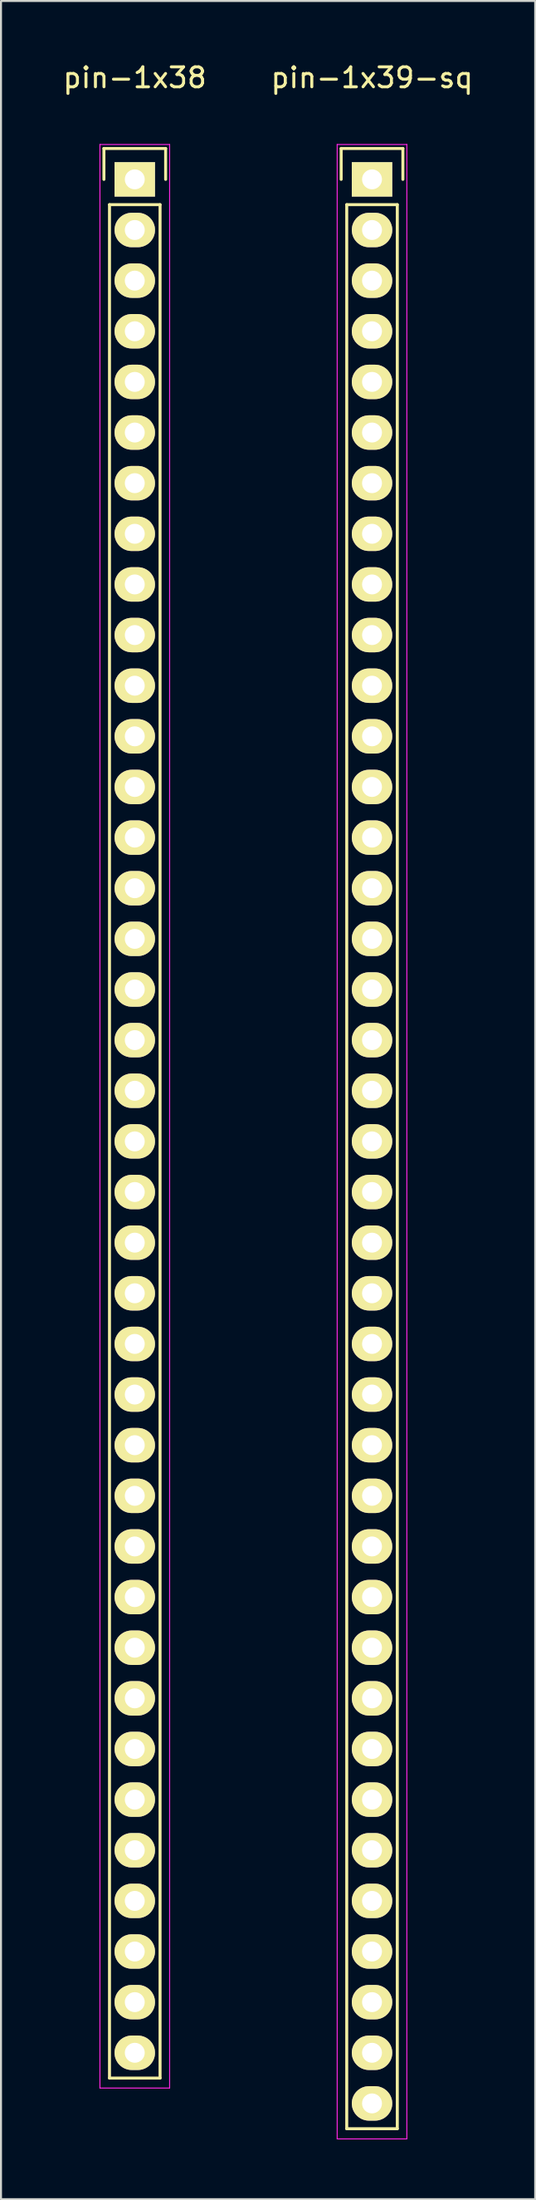
<source format=kicad_pcb>
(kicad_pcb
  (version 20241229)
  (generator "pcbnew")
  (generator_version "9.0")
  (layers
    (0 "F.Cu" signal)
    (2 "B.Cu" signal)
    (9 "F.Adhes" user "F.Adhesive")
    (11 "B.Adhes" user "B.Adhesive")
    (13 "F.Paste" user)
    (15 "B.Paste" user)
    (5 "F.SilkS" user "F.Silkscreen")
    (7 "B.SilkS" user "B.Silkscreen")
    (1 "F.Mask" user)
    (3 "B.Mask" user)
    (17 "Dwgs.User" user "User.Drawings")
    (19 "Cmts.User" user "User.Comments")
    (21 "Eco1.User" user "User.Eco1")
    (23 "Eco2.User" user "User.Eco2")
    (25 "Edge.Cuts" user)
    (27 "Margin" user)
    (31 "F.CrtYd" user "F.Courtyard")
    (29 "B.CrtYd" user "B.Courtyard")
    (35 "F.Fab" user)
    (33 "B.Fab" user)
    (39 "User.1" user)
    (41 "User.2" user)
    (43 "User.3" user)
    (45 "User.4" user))
  (footprint "pin-1x39-sq"
    (layer "F.Cu")
    (at 15.637 5.948)
    (property "Reference" "pin-1x39-sq" (at 0 -5.1 0) (layer "F.SilkS") (effects (font (size 1 1) (thickness 0.15))))
    (attr through_hole)
    (fp_line (start -1.55 -1.55) (end 1.55 -1.55) (stroke (width 0.15) (type solid)) (layer "F.SilkS"))
    (fp_line (start -1.55 0) (end -1.55 -1.55) (stroke (width 0.15) (type solid)) (layer "F.SilkS"))
    (fp_line (start -1.27 1.27) (end -1.27 97.79) (stroke (width 0.15) (type solid)) (layer "F.SilkS"))
    (fp_line (start -1.27 97.79) (end 1.27 97.79) (stroke (width 0.15) (type solid)) (layer "F.SilkS"))
    (fp_line (start 1.27 1.27) (end -1.27 1.27) (stroke (width 0.15) (type solid)) (layer "F.SilkS"))
    (fp_line (start 1.27 97.79) (end 1.27 1.27) (stroke (width 0.15) (type solid)) (layer "F.SilkS"))
    (fp_line (start 1.55 -1.55) (end 1.55 0) (stroke (width 0.15) (type solid)) (layer "F.SilkS"))
    (fp_line (start -1.75 -1.75) (end -1.75 98.3) (stroke (width 0.05) (type solid)) (layer "F.CrtYd"))
    (fp_line (start -1.75 -1.75) (end 1.75 -1.75) (stroke (width 0.05) (type solid)) (layer "F.CrtYd"))
    (fp_line (start -1.75 98.3) (end 1.75 98.3) (stroke (width 0.05) (type solid)) (layer "F.CrtYd"))
    (fp_line (start 1.75 -1.75) (end 1.75 98.3) (stroke (width 0.05) (type solid)) (layer "F.CrtYd"))
    (pad "1" thru_hole rect (at 0 0) (size 2.032 1.727) (drill 1) (layers "*.Cu" "*.Mask" "F.SilkS"))
    (pad "2" thru_hole oval (at 0 2.54) (size 2.032 1.727) (drill 1) (layers "*.Cu" "*.Mask" "F.SilkS"))
    (pad "3" thru_hole oval (at 0 5.08) (size 2.032 1.727) (drill 1) (layers "*.Cu" "*.Mask" "F.SilkS"))
    (pad "4" thru_hole oval (at 0 7.62) (size 2.032 1.727) (drill 1) (layers "*.Cu" "*.Mask" "F.SilkS"))
    (pad "5" thru_hole oval (at 0 10.16) (size 2.032 1.727) (drill 1) (layers "*.Cu" "*.Mask" "F.SilkS"))
    (pad "6" thru_hole oval (at 0 12.7) (size 2.032 1.727) (drill 1) (layers "*.Cu" "*.Mask" "F.SilkS"))
    (pad "7" thru_hole oval (at 0 15.24) (size 2.032 1.727) (drill 1) (layers "*.Cu" "*.Mask" "F.SilkS"))
    (pad "8" thru_hole oval (at 0 17.78) (size 2.032 1.727) (drill 1) (layers "*.Cu" "*.Mask" "F.SilkS"))
    (pad "9" thru_hole oval (at 0 20.32) (size 2.032 1.727) (drill 1) (layers "*.Cu" "*.Mask" "F.SilkS"))
    (pad "10" thru_hole oval (at 0 22.86) (size 2.032 1.727) (drill 1) (layers "*.Cu" "*.Mask" "F.SilkS"))
    (pad "11" thru_hole oval (at 0 25.4) (size 2.032 1.727) (drill 1) (layers "*.Cu" "*.Mask" "F.SilkS"))
    (pad "12" thru_hole oval (at 0 27.94) (size 2.032 1.727) (drill 1) (layers "*.Cu" "*.Mask" "F.SilkS"))
    (pad "13" thru_hole oval (at 0 30.48) (size 2.032 1.727) (drill 1) (layers "*.Cu" "*.Mask" "F.SilkS"))
    (pad "14" thru_hole oval (at 0 33.02) (size 2.032 1.727) (drill 1) (layers "*.Cu" "*.Mask" "F.SilkS"))
    (pad "15" thru_hole oval (at 0 35.56) (size 2.032 1.727) (drill 1) (layers "*.Cu" "*.Mask" "F.SilkS"))
    (pad "16" thru_hole oval (at 0 38.1) (size 2.032 1.727) (drill 1) (layers "*.Cu" "*.Mask" "F.SilkS"))
    (pad "17" thru_hole oval (at 0 40.64) (size 2.032 1.727) (drill 1) (layers "*.Cu" "*.Mask" "F.SilkS"))
    (pad "18" thru_hole oval (at 0 43.18) (size 2.032 1.727) (drill 1) (layers "*.Cu" "*.Mask" "F.SilkS"))
    (pad "19" thru_hole oval (at 0 45.72) (size 2.032 1.727) (drill 1) (layers "*.Cu" "*.Mask" "F.SilkS"))
    (pad "20" thru_hole oval (at 0 48.26) (size 2.032 1.727) (drill 1) (layers "*.Cu" "*.Mask" "F.SilkS"))
    (pad "21" thru_hole oval (at 0 50.8) (size 2.032 1.727) (drill 1) (layers "*.Cu" "*.Mask" "F.SilkS"))
    (pad "22" thru_hole oval (at 0 53.34) (size 2.032 1.727) (drill 1) (layers "*.Cu" "*.Mask" "F.SilkS"))
    (pad "23" thru_hole oval (at 0 55.88) (size 2.032 1.727) (drill 1) (layers "*.Cu" "*.Mask" "F.SilkS"))
    (pad "24" thru_hole oval (at 0 58.42) (size 2.032 1.727) (drill 1) (layers "*.Cu" "*.Mask" "F.SilkS"))
    (pad "25" thru_hole oval (at 0 60.96) (size 2.032 1.727) (drill 1) (layers "*.Cu" "*.Mask" "F.SilkS"))
    (pad "26" thru_hole oval (at 0 63.5) (size 2.032 1.727) (drill 1) (layers "*.Cu" "*.Mask" "F.SilkS"))
    (pad "27" thru_hole oval (at 0 66.04) (size 2.032 1.727) (drill 1) (layers "*.Cu" "*.Mask" "F.SilkS"))
    (pad "28" thru_hole oval (at 0 68.58) (size 2.032 1.727) (drill 1) (layers "*.Cu" "*.Mask" "F.SilkS"))
    (pad "29" thru_hole oval (at 0 71.12) (size 2.032 1.727) (drill 1) (layers "*.Cu" "*.Mask" "F.SilkS"))
    (pad "30" thru_hole oval (at 0 73.66) (size 2.032 1.727) (drill 1) (layers "*.Cu" "*.Mask" "F.SilkS"))
    (pad "31" thru_hole oval (at 0 76.2) (size 2.032 1.727) (drill 1) (layers "*.Cu" "*.Mask" "F.SilkS"))
    (pad "32" thru_hole oval (at 0 78.74) (size 2.032 1.727) (drill 1) (layers "*.Cu" "*.Mask" "F.SilkS"))
    (pad "33" thru_hole oval (at 0 81.28) (size 2.032 1.727) (drill 1) (layers "*.Cu" "*.Mask" "F.SilkS"))
    (pad "34" thru_hole oval (at 0 83.82) (size 2.032 1.727) (drill 1) (layers "*.Cu" "*.Mask" "F.SilkS"))
    (pad "35" thru_hole oval (at 0 86.36) (size 2.032 1.727) (drill 1) (layers "*.Cu" "*.Mask" "F.SilkS"))
    (pad "36" thru_hole oval (at 0 88.9) (size 2.032 1.727) (drill 1) (layers "*.Cu" "*.Mask" "F.SilkS"))
    (pad "37" thru_hole oval (at 0 91.44) (size 2.032 1.727) (drill 1) (layers "*.Cu" "*.Mask" "F.SilkS"))
    (pad "38" thru_hole oval (at 0 93.98) (size 2.032 1.727) (drill 1) (layers "*.Cu" "*.Mask" "F.SilkS"))
    (pad "39" thru_hole oval (at 0 96.52) (size 2.032 1.727) (drill 1) (layers "*.Cu" "*.Mask" "F.SilkS")))
  (footprint "pin-1x38"
    (layer "F.Cu")
    (at 3.72 5.948)
    (property "Reference" "pin-1x38" (at 0 -5.1 0) (layer "F.SilkS") (effects (font (size 1 1) (thickness 0.15))))
    (attr through_hole)
    (fp_line (start -1.55 -1.55) (end 1.55 -1.55) (stroke (width 0.15) (type solid)) (layer "F.SilkS"))
    (fp_line (start -1.55 0) (end -1.55 -1.55) (stroke (width 0.15) (type solid)) (layer "F.SilkS"))
    (fp_line (start -1.27 1.27) (end -1.27 95.25) (stroke (width 0.15) (type solid)) (layer "F.SilkS"))
    (fp_line (start -1.27 95.25) (end 1.27 95.25) (stroke (width 0.15) (type solid)) (layer "F.SilkS"))
    (fp_line (start 1.27 1.27) (end -1.27 1.27) (stroke (width 0.15) (type solid)) (layer "F.SilkS"))
    (fp_line (start 1.27 95.25) (end 1.27 1.27) (stroke (width 0.15) (type solid)) (layer "F.SilkS"))
    (fp_line (start 1.55 -1.55) (end 1.55 0) (stroke (width 0.15) (type solid)) (layer "F.SilkS"))
    (fp_line (start -1.75 -1.75) (end -1.75 95.75) (stroke (width 0.05) (type solid)) (layer "F.CrtYd"))
    (fp_line (start -1.75 -1.75) (end 1.75 -1.75) (stroke (width 0.05) (type solid)) (layer "F.CrtYd"))
    (fp_line (start -1.75 95.75) (end 1.75 95.75) (stroke (width 0.05) (type solid)) (layer "F.CrtYd"))
    (fp_line (start 1.75 -1.75) (end 1.75 95.75) (stroke (width 0.05) (type solid)) (layer "F.CrtYd"))
    (pad "1" thru_hole rect (at 0 0) (size 2.032 1.727) (drill 1) (layers "*.Cu" "*.Mask" "F.SilkS"))
    (pad "2" thru_hole oval (at 0 2.54) (size 2.032 1.727) (drill 1) (layers "*.Cu" "*.Mask" "F.SilkS"))
    (pad "3" thru_hole oval (at 0 5.08) (size 2.032 1.727) (drill 1) (layers "*.Cu" "*.Mask" "F.SilkS"))
    (pad "4" thru_hole oval (at 0 7.62) (size 2.032 1.727) (drill 1) (layers "*.Cu" "*.Mask" "F.SilkS"))
    (pad "5" thru_hole oval (at 0 10.16) (size 2.032 1.727) (drill 1) (layers "*.Cu" "*.Mask" "F.SilkS"))
    (pad "6" thru_hole oval (at 0 12.7) (size 2.032 1.727) (drill 1) (layers "*.Cu" "*.Mask" "F.SilkS"))
    (pad "7" thru_hole oval (at 0 15.24) (size 2.032 1.727) (drill 1) (layers "*.Cu" "*.Mask" "F.SilkS"))
    (pad "8" thru_hole oval (at 0 17.78) (size 2.032 1.727) (drill 1) (layers "*.Cu" "*.Mask" "F.SilkS"))
    (pad "9" thru_hole oval (at 0 20.32) (size 2.032 1.727) (drill 1) (layers "*.Cu" "*.Mask" "F.SilkS"))
    (pad "10" thru_hole oval (at 0 22.86) (size 2.032 1.727) (drill 1) (layers "*.Cu" "*.Mask" "F.SilkS"))
    (pad "11" thru_hole oval (at 0 25.4) (size 2.032 1.727) (drill 1) (layers "*.Cu" "*.Mask" "F.SilkS"))
    (pad "12" thru_hole oval (at 0 27.94) (size 2.032 1.727) (drill 1) (layers "*.Cu" "*.Mask" "F.SilkS"))
    (pad "13" thru_hole oval (at 0 30.48) (size 2.032 1.727) (drill 1) (layers "*.Cu" "*.Mask" "F.SilkS"))
    (pad "14" thru_hole oval (at 0 33.02) (size 2.032 1.727) (drill 1) (layers "*.Cu" "*.Mask" "F.SilkS"))
    (pad "15" thru_hole oval (at 0 35.56) (size 2.032 1.727) (drill 1) (layers "*.Cu" "*.Mask" "F.SilkS"))
    (pad "16" thru_hole oval (at 0 38.1) (size 2.032 1.727) (drill 1) (layers "*.Cu" "*.Mask" "F.SilkS"))
    (pad "17" thru_hole oval (at 0 40.64) (size 2.032 1.727) (drill 1) (layers "*.Cu" "*.Mask" "F.SilkS"))
    (pad "18" thru_hole oval (at 0 43.18) (size 2.032 1.727) (drill 1) (layers "*.Cu" "*.Mask" "F.SilkS"))
    (pad "19" thru_hole oval (at 0 45.72) (size 2.032 1.727) (drill 1) (layers "*.Cu" "*.Mask" "F.SilkS"))
    (pad "20" thru_hole oval (at 0 48.26) (size 2.032 1.727) (drill 1) (layers "*.Cu" "*.Mask" "F.SilkS"))
    (pad "21" thru_hole oval (at 0 50.8) (size 2.032 1.727) (drill 1) (layers "*.Cu" "*.Mask" "F.SilkS"))
    (pad "22" thru_hole oval (at 0 53.34) (size 2.032 1.727) (drill 1) (layers "*.Cu" "*.Mask" "F.SilkS"))
    (pad "23" thru_hole oval (at 0 55.88) (size 2.032 1.727) (drill 1) (layers "*.Cu" "*.Mask" "F.SilkS"))
    (pad "24" thru_hole oval (at 0 58.42) (size 2.032 1.727) (drill 1) (layers "*.Cu" "*.Mask" "F.SilkS"))
    (pad "25" thru_hole oval (at 0 60.96) (size 2.032 1.727) (drill 1) (layers "*.Cu" "*.Mask" "F.SilkS"))
    (pad "26" thru_hole oval (at 0 63.5) (size 2.032 1.727) (drill 1) (layers "*.Cu" "*.Mask" "F.SilkS"))
    (pad "27" thru_hole oval (at 0 66.04) (size 2.032 1.727) (drill 1) (layers "*.Cu" "*.Mask" "F.SilkS"))
    (pad "28" thru_hole oval (at 0 68.58) (size 2.032 1.727) (drill 1) (layers "*.Cu" "*.Mask" "F.SilkS"))
    (pad "29" thru_hole oval (at 0 71.12) (size 2.032 1.727) (drill 1) (layers "*.Cu" "*.Mask" "F.SilkS"))
    (pad "30" thru_hole oval (at 0 73.66) (size 2.032 1.727) (drill 1) (layers "*.Cu" "*.Mask" "F.SilkS"))
    (pad "31" thru_hole oval (at 0 76.2) (size 2.032 1.727) (drill 1) (layers "*.Cu" "*.Mask" "F.SilkS"))
    (pad "32" thru_hole oval (at 0 78.74) (size 2.032 1.727) (drill 1) (layers "*.Cu" "*.Mask" "F.SilkS"))
    (pad "33" thru_hole oval (at 0 81.28) (size 2.032 1.727) (drill 1) (layers "*.Cu" "*.Mask" "F.SilkS"))
    (pad "34" thru_hole oval (at 0 83.82) (size 2.032 1.727) (drill 1) (layers "*.Cu" "*.Mask" "F.SilkS"))
    (pad "35" thru_hole oval (at 0 86.36) (size 2.032 1.727) (drill 1) (layers "*.Cu" "*.Mask" "F.SilkS"))
    (pad "36" thru_hole oval (at 0 88.9) (size 2.032 1.727) (drill 1) (layers "*.Cu" "*.Mask" "F.SilkS"))
    (pad "37" thru_hole oval (at 0 91.44) (size 2.032 1.727) (drill 1) (layers "*.Cu" "*.Mask" "F.SilkS"))
    (pad "38" thru_hole oval (at 0 93.98) (size 2.032 1.727) (drill 1) (layers "*.Cu" "*.Mask" "F.SilkS")))
  (gr_rect
    (start -3 -3)
    (end 23.833 107.273)
    (stroke (width 0.1) (type default))
    (fill no)
    (layer "Edge.Cuts")))
</source>
